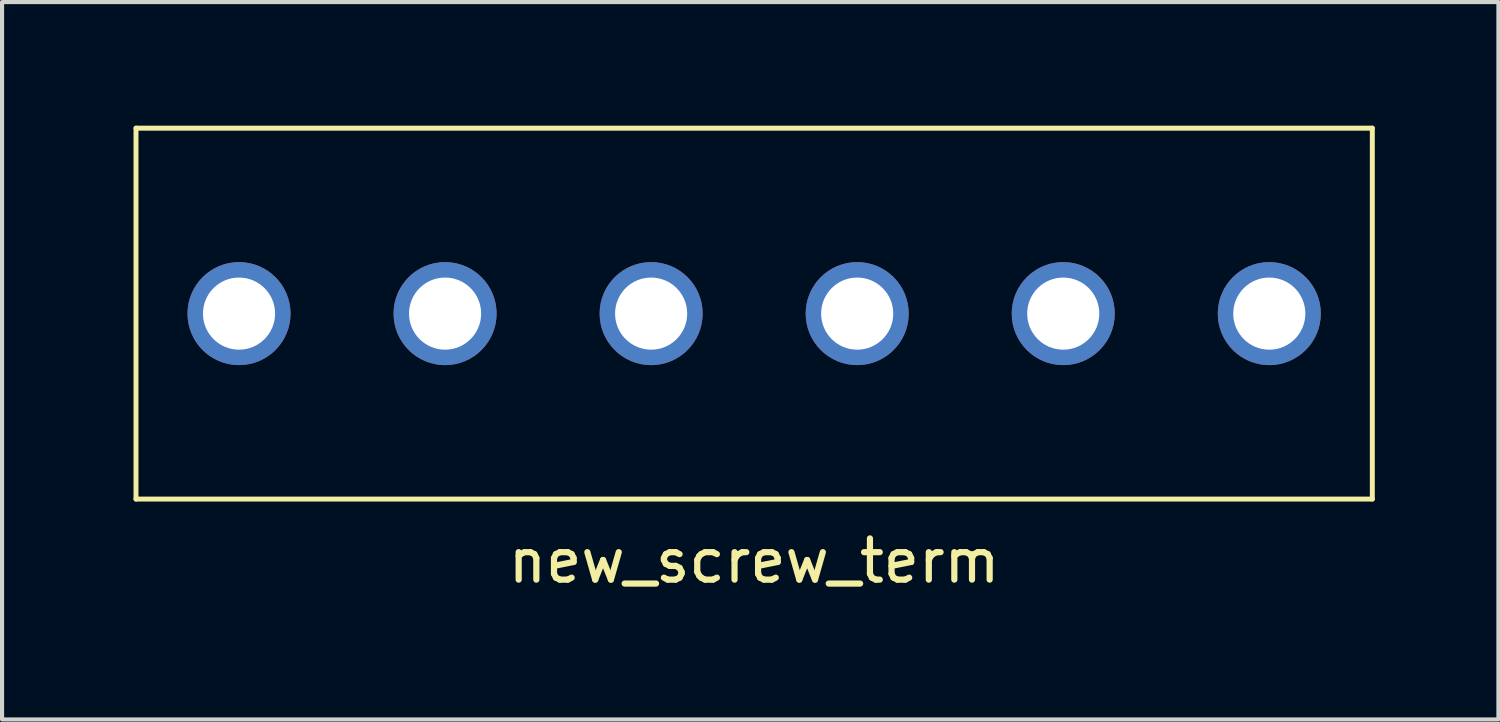
<source format=kicad_pcb>
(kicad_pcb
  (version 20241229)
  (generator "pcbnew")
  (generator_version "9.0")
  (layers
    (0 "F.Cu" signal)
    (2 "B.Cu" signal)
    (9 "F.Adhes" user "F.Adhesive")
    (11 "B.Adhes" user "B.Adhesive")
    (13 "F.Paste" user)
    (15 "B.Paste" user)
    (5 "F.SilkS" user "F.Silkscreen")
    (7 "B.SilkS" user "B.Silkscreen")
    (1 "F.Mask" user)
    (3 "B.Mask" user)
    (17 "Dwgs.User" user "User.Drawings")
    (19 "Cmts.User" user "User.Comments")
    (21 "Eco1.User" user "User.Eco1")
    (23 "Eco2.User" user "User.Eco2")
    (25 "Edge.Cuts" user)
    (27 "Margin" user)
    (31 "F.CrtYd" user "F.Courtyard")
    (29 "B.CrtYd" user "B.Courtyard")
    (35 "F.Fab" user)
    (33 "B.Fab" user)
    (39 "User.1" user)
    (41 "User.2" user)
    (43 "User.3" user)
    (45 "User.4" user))
  (footprint "new_screw_term"
    (layer "F.Cu")
    (at 0.25 9.06)
    (property "Reference" "new_screw_term" (at 15 1.5 0) (layer "F.SilkS") (effects (font (size 1 1) (thickness 0.15))))
    (attr through_hole)
    (fp_line (start 0 -9) (end 0 0) (stroke (width 0.12) (type solid)) (layer "F.SilkS"))
    (fp_line (start 0 0) (end 30 0) (stroke (width 0.12) (type solid)) (layer "F.SilkS"))
    (fp_line (start 30 -9) (end 0 -9) (stroke (width 0.12) (type solid)) (layer "F.SilkS"))
    (fp_line (start 30 0) (end 30 -9) (stroke (width 0.12) (type solid)) (layer "F.SilkS"))
    (pad "1" thru_hole circle (at 2.5 -4.5) (size 2.5 2.5) (drill 1.75) (layers "*.Cu" "*.Mask"))
    (pad "2" thru_hole circle (at 7.5 -4.5) (size 2.5 2.5) (drill 1.75) (layers "*.Cu" "*.Mask"))
    (pad "3" thru_hole circle (at 12.5 -4.5) (size 2.5 2.5) (drill 1.75) (layers "*.Cu" "*.Mask"))
    (pad "4" thru_hole circle (at 17.5 -4.5) (size 2.5 2.5) (drill 1.75) (layers "*.Cu" "*.Mask"))
    (pad "5" thru_hole circle (at 22.5 -4.5) (size 2.5 2.5) (drill 1.75) (layers "*.Cu" "*.Mask"))
    (pad "6" thru_hole circle (at 27.5 -4.5) (size 2.5 2.5) (drill 1.75) (layers "*.Cu" "*.Mask")))
  (gr_rect
    (start -3 -3)
    (end 33.31 14.408)
    (stroke (width 0.1) (type default))
    (fill no)
    (layer "Edge.Cuts")))
</source>
